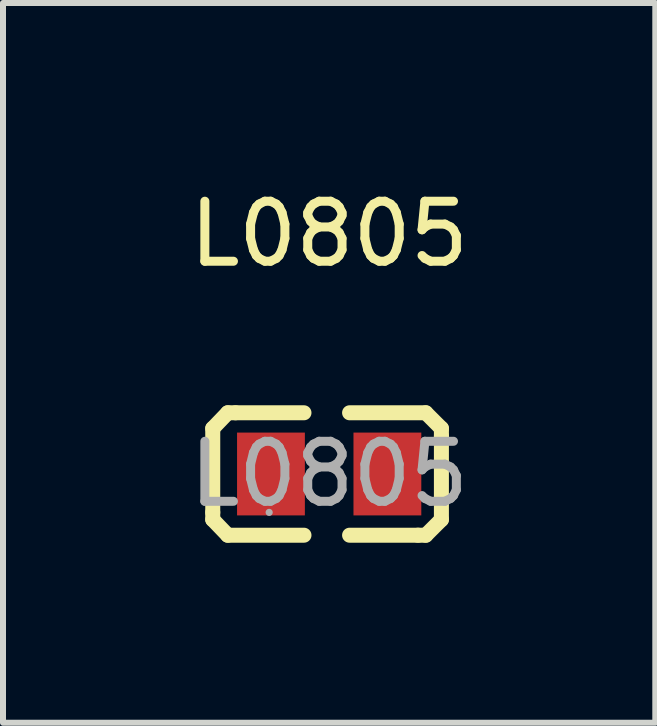
<source format=kicad_pcb>
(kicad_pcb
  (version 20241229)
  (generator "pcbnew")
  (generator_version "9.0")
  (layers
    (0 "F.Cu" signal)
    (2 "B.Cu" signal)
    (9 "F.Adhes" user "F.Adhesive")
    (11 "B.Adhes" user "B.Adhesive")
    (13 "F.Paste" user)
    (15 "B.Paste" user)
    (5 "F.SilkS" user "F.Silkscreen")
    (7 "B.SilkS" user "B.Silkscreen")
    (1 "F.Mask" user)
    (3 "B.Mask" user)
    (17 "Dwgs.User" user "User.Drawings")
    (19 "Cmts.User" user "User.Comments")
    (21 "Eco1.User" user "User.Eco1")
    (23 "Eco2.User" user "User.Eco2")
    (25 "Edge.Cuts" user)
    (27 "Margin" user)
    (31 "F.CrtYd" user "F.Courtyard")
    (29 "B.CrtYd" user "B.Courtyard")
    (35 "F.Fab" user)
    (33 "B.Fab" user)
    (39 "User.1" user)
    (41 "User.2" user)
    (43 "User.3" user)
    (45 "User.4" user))
  (footprint "L0805"
    (layer "F.Cu")
    (at 2.435 4.848)
    (property "Reference" "L0805" (at 0 -4 0) (layer "F.SilkS") (effects (font (size 1 1) (thickness 0.15))))
    (attr through_hole)
    (fp_line (start -1.94 -0.76) (end -1.94 0.64) (stroke (width 0.25) (type solid)) (layer "F.SilkS"))
    (fp_line (start -1.94 0.64) (end -1.94 0.76) (stroke (width 0.25) (type solid)) (layer "F.SilkS"))
    (fp_line (start -1.94 0.76) (end -1.69 1.02) (stroke (width 0.25) (type solid)) (layer "F.SilkS"))
    (fp_line (start -1.69 -1.02) (end -1.94 -0.76) (stroke (width 0.25) (type solid)) (layer "F.SilkS"))
    (fp_line (start -1.69 1.02) (end -0.42 1.02) (stroke (width 0.25) (type solid)) (layer "F.SilkS"))
    (fp_line (start -1.56 -1.02) (end -1.69 -1.02) (stroke (width 0.25) (type solid)) (layer "F.SilkS"))
    (fp_line (start -0.42 -1.02) (end -1.56 -1.02) (stroke (width 0.25) (type solid)) (layer "F.SilkS"))
    (fp_line (start 0.34 1.02) (end 1.48 1.02) (stroke (width 0.25) (type solid)) (layer "F.SilkS"))
    (fp_line (start 1.48 1.02) (end 1.61 1.02) (stroke (width 0.25) (type solid)) (layer "F.SilkS"))
    (fp_line (start 1.61 -1.02) (end 0.34 -1.02) (stroke (width 0.25) (type solid)) (layer "F.SilkS"))
    (fp_line (start 1.61 1.02) (end 1.87 0.76) (stroke (width 0.25) (type solid)) (layer "F.SilkS"))
    (fp_line (start 1.87 -0.76) (end 1.61 -1.02) (stroke (width 0.25) (type solid)) (layer "F.SilkS"))
    (fp_line (start 1.87 -0.63) (end 1.87 -0.76) (stroke (width 0.25) (type solid)) (layer "F.SilkS"))
    (fp_line (start 1.87 0.76) (end 1.87 -0.63) (stroke (width 0.25) (type solid)) (layer "F.SilkS"))
    (fp_circle (center -1 0.64) (end -0.97 0.64) (stroke (width 0.06) (type solid)) (fill no) (layer "F.Fab"))
    (fp_text user "${REFERENCE}" (at 0 0 0) (layer "F.Fab") (effects (font (size 1 1) (thickness 0.15))))
    (pad "1" smd rect (at -0.97 0) (size 1.13 1.38) (layers "F.Cu" "F.Mask" "F.Paste"))
    (pad "2" smd rect (at 0.97 0) (size 1.13 1.38) (layers "F.Cu" "F.Mask" "F.Paste")))
  (gr_rect
    (start -3 -3)
    (end 7.869 8.993)
    (stroke (width 0.1) (type default))
    (fill no)
    (layer "Edge.Cuts")))
</source>
